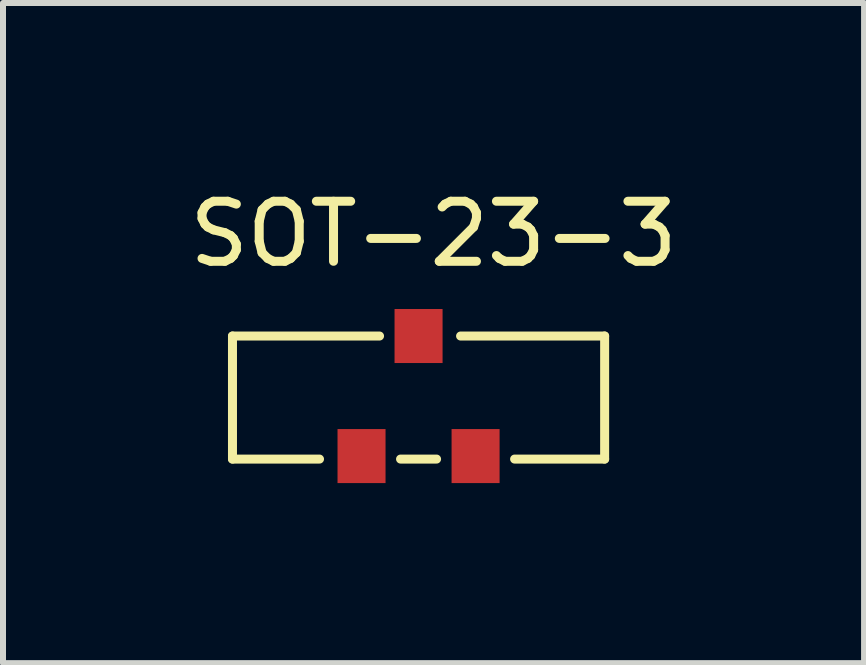
<source format=kicad_pcb>
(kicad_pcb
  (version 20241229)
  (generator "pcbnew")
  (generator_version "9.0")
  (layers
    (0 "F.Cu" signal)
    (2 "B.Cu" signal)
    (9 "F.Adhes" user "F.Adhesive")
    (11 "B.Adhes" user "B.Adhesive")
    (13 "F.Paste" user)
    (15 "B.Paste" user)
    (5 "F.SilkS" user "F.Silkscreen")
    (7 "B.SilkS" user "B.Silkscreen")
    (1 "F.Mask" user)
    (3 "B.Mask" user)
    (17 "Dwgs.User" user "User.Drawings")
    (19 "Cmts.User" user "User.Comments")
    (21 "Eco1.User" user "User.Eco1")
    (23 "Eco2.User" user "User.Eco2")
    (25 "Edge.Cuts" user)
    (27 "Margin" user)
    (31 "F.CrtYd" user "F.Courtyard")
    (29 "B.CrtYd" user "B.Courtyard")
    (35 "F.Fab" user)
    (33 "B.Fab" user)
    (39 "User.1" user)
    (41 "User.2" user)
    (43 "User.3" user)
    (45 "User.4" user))
  (footprint "SOT-23-3"
    (layer "F.Cu")
    (at 3.923 2.098)
    (property "Reference" "SOT-23-3" (at 0.25 -1.25 0) (layer "F.SilkS") (effects (font (size 1 1) (thickness 0.15))))
    (attr through_hole)
    (fp_line (start -3.1 0.45) (end -3.1 2.5) (stroke (width 0.15) (type solid)) (layer "F.SilkS"))
    (fp_line (start -3.1 2.5) (end -1.65 2.5) (stroke (width 0.15) (type solid)) (layer "F.SilkS"))
    (fp_line (start -0.65 0.45) (end -3.1 0.45) (stroke (width 0.15) (type solid)) (layer "F.SilkS"))
    (fp_line (start -0.3 2.5) (end 0.3 2.5) (stroke (width 0.15) (type solid)) (layer "F.SilkS"))
    (fp_line (start 1.6 2.5) (end 3.1 2.5) (stroke (width 0.15) (type solid)) (layer "F.SilkS"))
    (fp_line (start 3.1 0.45) (end 0.7 0.45) (stroke (width 0.15) (type solid)) (layer "F.SilkS"))
    (fp_line (start 3.1 2.5) (end 3.1 0.45) (stroke (width 0.15) (type solid)) (layer "F.SilkS"))
    (pad "1" smd rect (at -0.95 2.45) (size 0.8 0.9) (layers "F.Cu" "F.Mask" "F.Paste"))
    (pad "2" smd rect (at 0.95 2.45) (size 0.8 0.9) (layers "F.Cu" "F.Mask" "F.Paste"))
    (pad "3" smd rect (at 0 0.45) (size 0.8 0.9) (layers "F.Cu" "F.Mask" "F.Paste")))
  (gr_rect
    (start -3 -3)
    (end 11.345 7.998)
    (stroke (width 0.1) (type default))
    (fill no)
    (layer "Edge.Cuts")))
</source>
